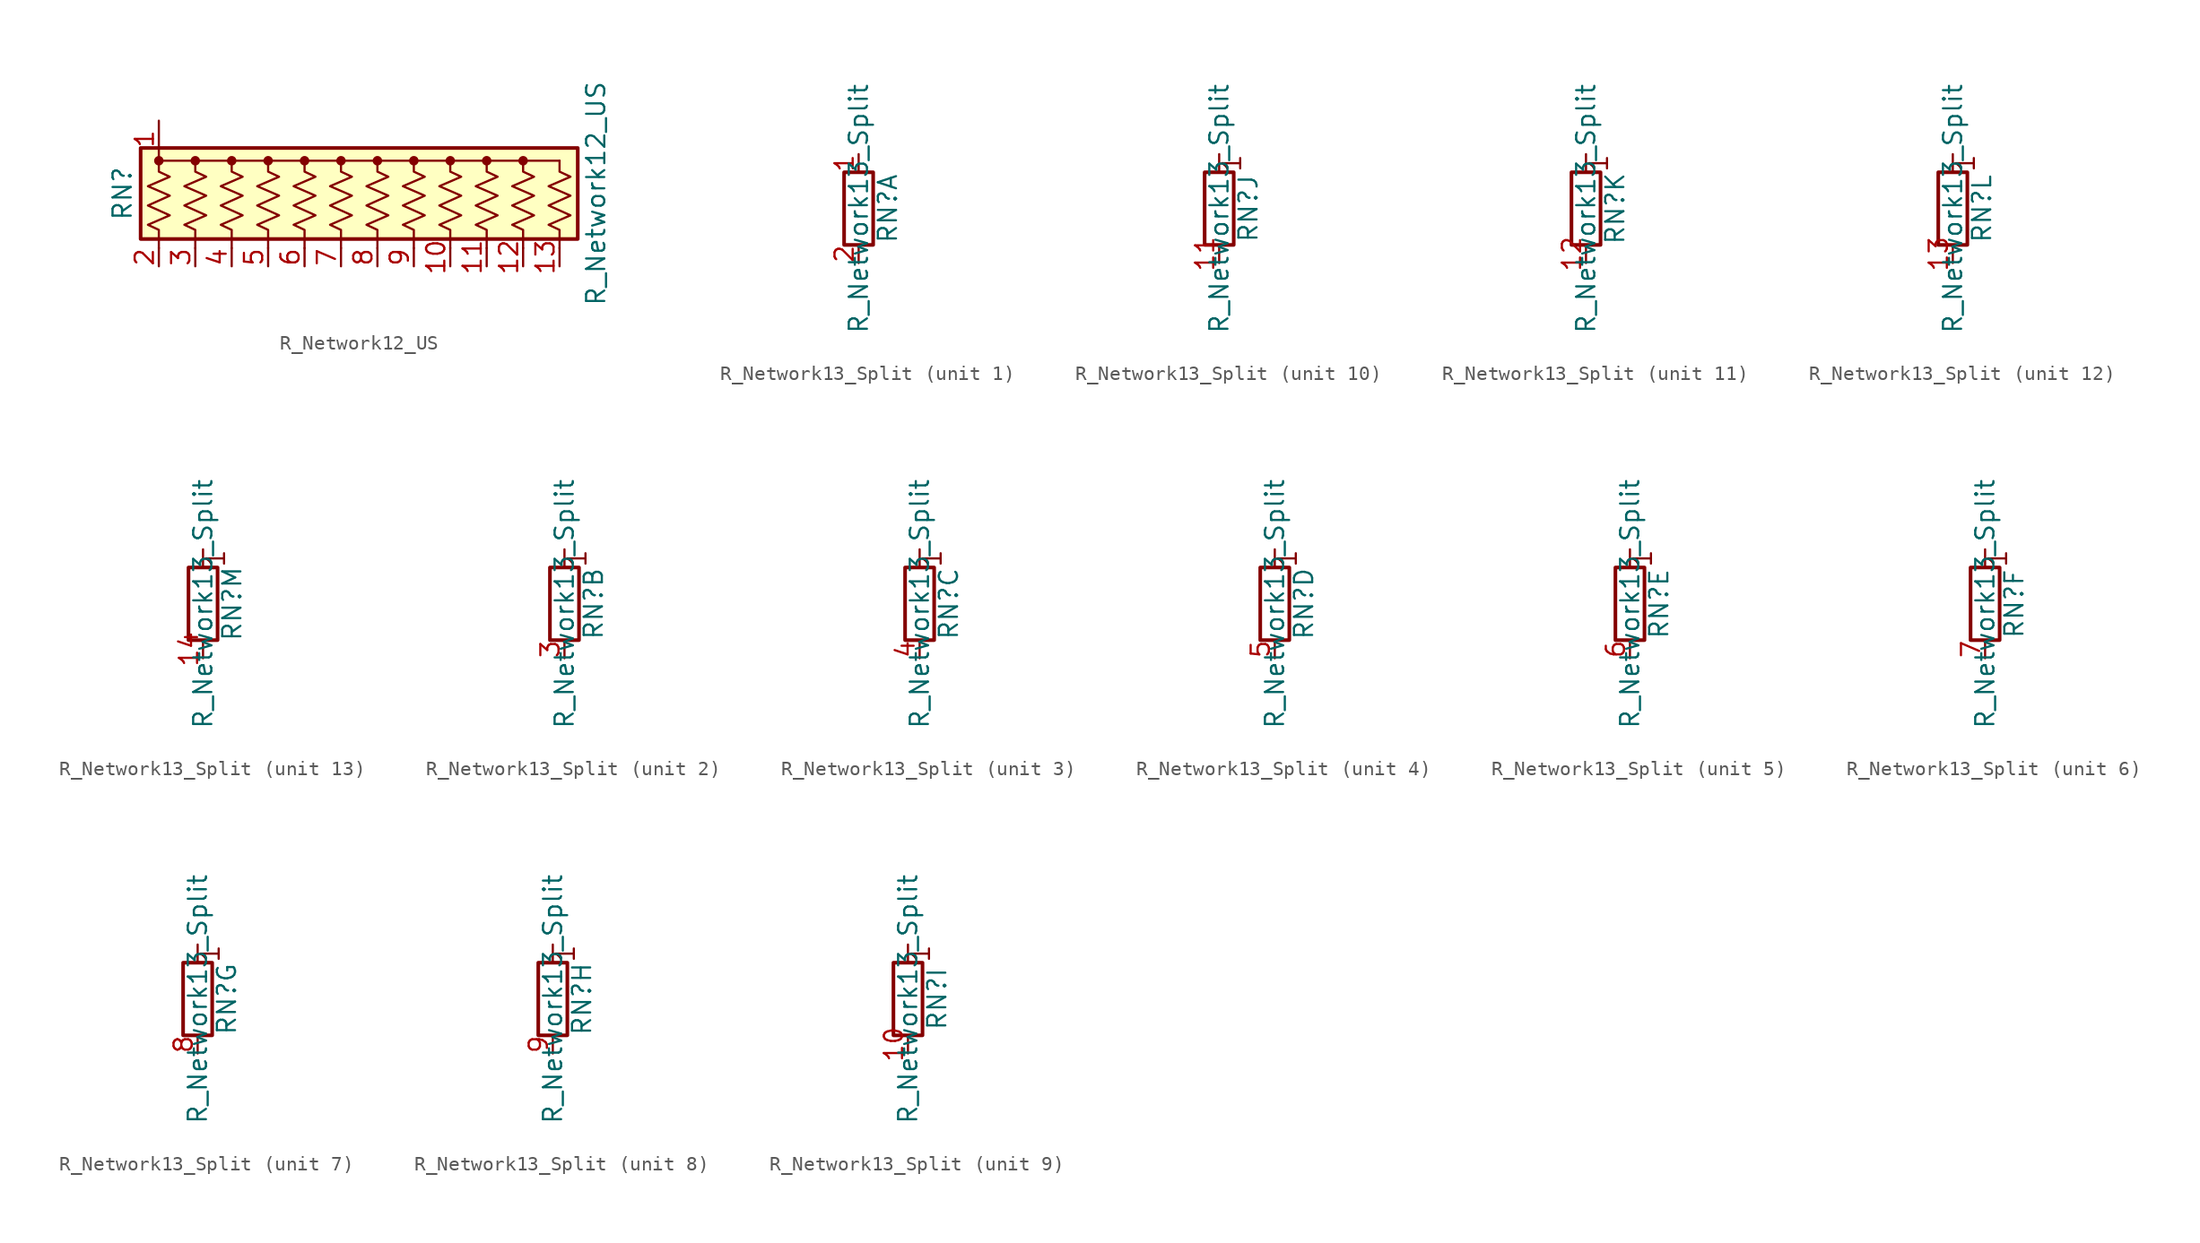
<source format=kicad_sym>
(kicad_symbol_lib
  (version 20211014)
  (generator kicad_symbol_editor)
  (symbol "R_Network12_US"
    (pin_names
      (offset 0) hide)
    (property "Reference" "RN"
      (at -17.78 0 90)
      (effects (font (size 1.27 1.27))))
    (property "Value" "R_Network12_US"
      (at 15.24 0 90)
      (effects (font (size 1.27 1.27))))
    (symbol "R_Network12_US_0_1"
      (rectangle (start -16.51 -3.175) (end 13.97 3.175) (stroke (width 0.254) (type default) (color 0 0 0 0)) (fill (type background)))
      (circle (center -15.24 2.286) (radius 0.254) (stroke (width 0) (type default) (color 0 0 0 0)) (fill (type outline)))
      (circle (center -12.7 2.286) (radius 0.254) (stroke (width 0) (type default) (color 0 0 0 0)) (fill (type outline)))
      (circle (center -10.16 2.286) (radius 0.254) (stroke (width 0) (type default) (color 0 0 0 0)) (fill (type outline)))
      (circle (center -7.62 2.286) (radius 0.254) (stroke (width 0) (type default) (color 0 0 0 0)) (fill (type outline)))
      (circle (center -5.08 2.286) (radius 0.254) (stroke (width 0) (type default) (color 0 0 0 0)) (fill (type outline)))
      (circle (center -2.54 2.286) (radius 0.254) (stroke (width 0) (type default) (color 0 0 0 0)) (fill (type outline)))
      (polyline (pts (xy -15.24 2.286) (xy 12.7 2.286)) (stroke (width 0) (type default) (color 0 0 0 0)) (fill (type none)))
      (polyline (pts (xy -15.24 2.286) (xy -15.24 1.524) (xy -14.478 1.168) (xy -16.002 0.508) (xy -14.478 -0.152) (xy -16.002 -0.838) (xy -14.478 -1.524) (xy -16.002 -2.184) (xy -15.24 -2.54) (xy -15.24 -3.81)) (stroke (width 0) (type default) (color 0 0 0 0)) (fill (type none)))
      (polyline (pts (xy -12.7 2.286) (xy -12.7 1.524) (xy -11.938 1.168) (xy -13.462 0.508) (xy -11.938 -0.152) (xy -13.462 -0.838) (xy -11.938 -1.524) (xy -13.462 -2.184) (xy -12.7 -2.54) (xy -12.7 -3.81)) (stroke (width 0) (type default) (color 0 0 0 0)) (fill (type none)))
      (polyline (pts (xy -10.16 2.286) (xy -10.16 1.524) (xy -9.398 1.168) (xy -10.922 0.508) (xy -9.398 -0.152) (xy -10.922 -0.838) (xy -9.398 -1.524) (xy -10.922 -2.184) (xy -10.16 -2.54) (xy -10.16 -3.81)) (stroke (width 0) (type default) (color 0 0 0 0)) (fill (type none)))
      (polyline (pts (xy -7.62 2.286) (xy -7.62 1.524) (xy -6.858 1.168) (xy -8.382 0.508) (xy -6.858 -0.152) (xy -8.382 -0.838) (xy -6.858 -1.524) (xy -8.382 -2.184) (xy -7.62 -2.54) (xy -7.62 -3.81)) (stroke (width 0) (type default) (color 0 0 0 0)) (fill (type none)))
      (polyline (pts (xy -5.08 2.286) (xy -5.08 1.524) (xy -4.318 1.168) (xy -5.842 0.508) (xy -4.318 -0.152) (xy -5.842 -0.838) (xy -4.318 -1.524) (xy -5.842 -2.184) (xy -5.08 -2.54) (xy -5.08 -3.81)) (stroke (width 0) (type default) (color 0 0 0 0)) (fill (type none)))
      (polyline (pts (xy -2.54 2.286) (xy -2.54 1.524) (xy -1.778 1.168) (xy -3.302 0.508) (xy -1.778 -0.152) (xy -3.302 -0.838) (xy -1.778 -1.524) (xy -3.302 -2.184) (xy -2.54 -2.54) (xy -2.54 -3.81)) (stroke (width 0) (type default) (color 0 0 0 0)) (fill (type none)))
      (polyline (pts (xy 0 2.286) (xy 0 1.524) (xy 0.762 1.168) (xy -0.762 0.508) (xy 0.762 -0.152) (xy -0.762 -0.838) (xy 0.762 -1.524) (xy -0.762 -2.184) (xy 0 -2.54) (xy 0 -3.81)) (stroke (width 0) (type default) (color 0 0 0 0)) (fill (type none)))
      (polyline (pts (xy 2.54 2.286) (xy 2.54 1.524) (xy 3.302 1.168) (xy 1.778 0.508) (xy 3.302 -0.152) (xy 1.778 -0.838) (xy 3.302 -1.524) (xy 1.778 -2.184) (xy 2.54 -2.54) (xy 2.54 -3.81)) (stroke (width 0) (type default) (color 0 0 0 0)) (fill (type none)))
      (polyline (pts (xy 5.08 2.286) (xy 5.08 1.524) (xy 5.842 1.168) (xy 4.318 0.508) (xy 5.842 -0.152) (xy 4.318 -0.838) (xy 5.842 -1.524) (xy 4.318 -2.184) (xy 5.08 -2.54) (xy 5.08 -3.81)) (stroke (width 0) (type default) (color 0 0 0 0)) (fill (type none)))
      (polyline (pts (xy 7.62 2.286) (xy 7.62 1.524) (xy 8.382 1.168) (xy 6.858 0.508) (xy 8.382 -0.152) (xy 6.858 -0.838) (xy 8.382 -1.524) (xy 6.858 -2.184) (xy 7.62 -2.54) (xy 7.62 -3.81)) (stroke (width 0) (type default) (color 0 0 0 0)) (fill (type none)))
      (polyline (pts (xy 10.16 2.286) (xy 10.16 1.524) (xy 10.922 1.168) (xy 9.398 0.508) (xy 10.922 -0.152) (xy 9.398 -0.838) (xy 10.922 -1.524) (xy 9.398 -2.184) (xy 10.16 -2.54) (xy 10.16 -3.81)) (stroke (width 0) (type default) (color 0 0 0 0)) (fill (type none)))
      (polyline (pts (xy 12.7 2.286) (xy 12.7 1.524) (xy 13.462 1.168) (xy 11.938 0.508) (xy 13.462 -0.152) (xy 11.938 -0.838) (xy 13.462 -1.524) (xy 11.938 -2.184) (xy 12.7 -2.54) (xy 12.7 -3.81)) (stroke (width 0) (type default) (color 0 0 0 0)) (fill (type none)))
      (circle (center 0 2.286) (radius 0.254) (stroke (width 0) (type default) (color 0 0 0 0)) (fill (type outline)))
      (circle (center 2.54 2.286) (radius 0.254) (stroke (width 0) (type default) (color 0 0 0 0)) (fill (type outline)))
      (circle (center 5.08 2.286) (radius 0.254) (stroke (width 0) (type default) (color 0 0 0 0)) (fill (type outline)))
      (circle (center 7.62 2.286) (radius 0.254) (stroke (width 0) (type default) (color 0 0 0 0)) (fill (type outline)))
      (circle (center 10.16 2.286) (radius 0.254) (stroke (width 0) (type default) (color 0 0 0 0)) (fill (type outline))))
    (symbol "R_Network12_US_1_1"
      (pin passive line (at -15.24 5.08 270) (length 2.54) (name "common" (effects (font (size 1.27 1.27)))) (number "1" (effects (font (size 1.27 1.27)))))
      (pin passive line (at 5.08 -5.08 90) (length 1.27) (name "R9" (effects (font (size 1.27 1.27)))) (number "10" (effects (font (size 1.27 1.27)))))
      (pin passive line (at 7.62 -5.08 90) (length 1.27) (name "R10" (effects (font (size 1.27 1.27)))) (number "11" (effects (font (size 1.27 1.27)))))
      (pin passive line (at 10.16 -5.08 90) (length 1.27) (name "R11" (effects (font (size 1.27 1.27)))) (number "12" (effects (font (size 1.27 1.27)))))
      (pin passive line (at 12.7 -5.08 90) (length 1.27) (name "R12" (effects (font (size 1.27 1.27)))) (number "13" (effects (font (size 1.27 1.27)))))
      (pin passive line (at -15.24 -5.08 90) (length 1.27) (name "R1" (effects (font (size 1.27 1.27)))) (number "2" (effects (font (size 1.27 1.27)))))
      (pin passive line (at -12.7 -5.08 90) (length 1.27) (name "R2" (effects (font (size 1.27 1.27)))) (number "3" (effects (font (size 1.27 1.27)))))
      (pin passive line (at -10.16 -5.08 90) (length 1.27) (name "R3" (effects (font (size 1.27 1.27)))) (number "4" (effects (font (size 1.27 1.27)))))
      (pin passive line (at -7.62 -5.08 90) (length 1.27) (name "R4" (effects (font (size 1.27 1.27)))) (number "5" (effects (font (size 1.27 1.27)))))
      (pin passive line (at -5.08 -5.08 90) (length 1.27) (name "R5" (effects (font (size 1.27 1.27)))) (number "6" (effects (font (size 1.27 1.27)))))
      (pin passive line (at -2.54 -5.08 90) (length 1.27) (name "R6" (effects (font (size 1.27 1.27)))) (number "7" (effects (font (size 1.27 1.27)))))
      (pin passive line (at 0 -5.08 90) (length 1.27) (name "R7" (effects (font (size 1.27 1.27)))) (number "8" (effects (font (size 1.27 1.27)))))
      (pin passive line (at 2.54 -5.08 90) (length 1.27) (name "R8" (effects (font (size 1.27 1.27)))) (number "9" (effects (font (size 1.27 1.27)))))))
  (symbol "R_Network13_Split"
    (pin_names
      (offset 0) hide)
    (property "Reference" "RN"
      (at 2.032 0 90)
      (effects (font (size 1.27 1.27))))
    (property "Value" "R_Network13_Split"
      (at 0 0 90)
      (effects (font (size 1.27 1.27))))
    (symbol "R_Network13_Split_0_1"
      (rectangle (start 1.016 2.54) (end -1.016 -2.54) (stroke (width 0.254) (type default) (color 0 0 0 0)) (fill (type none))))
    (symbol "R_Network13_Split_1_1"
      (pin passive line (at 0 3.81 270) (length 1.27) (name "R1.1" (effects (font (size 1.27 1.27)))) (number "1" (effects (font (size 1.27 1.27)))))
      (pin passive line (at 0 -3.81 90) (length 1.27) (name "R1.2" (effects (font (size 1.27 1.27)))) (number "2" (effects (font (size 1.27 1.27))))))
    (symbol "R_Network13_Split_2_1"
      (polyline (pts (xy 0 2.54) (xy 0 3.81)) (stroke (width 0) (type default) (color 0 0 0 0)) (fill (type none)))
      (text "1" (at 0.889 3.175 900) (effects (font (size 1.27 1.27))))
      (pin passive line (at 0 -3.81 90) (length 1.27) (name "R2.2" (effects (font (size 1.27 1.27)))) (number "3" (effects (font (size 1.27 1.27))))))
    (symbol "R_Network13_Split_3_1"
      (polyline (pts (xy 0 2.54) (xy 0 3.81)) (stroke (width 0) (type default) (color 0 0 0 0)) (fill (type none)))
      (text "1" (at 0.889 3.175 900) (effects (font (size 1.27 1.27))))
      (pin passive line (at 0 -3.81 90) (length 1.27) (name "R3.2" (effects (font (size 1.27 1.27)))) (number "4" (effects (font (size 1.27 1.27))))))
    (symbol "R_Network13_Split_4_1"
      (polyline (pts (xy 0 2.54) (xy 0 3.81)) (stroke (width 0) (type default) (color 0 0 0 0)) (fill (type none)))
      (text "1" (at 0.889 3.175 900) (effects (font (size 1.27 1.27))))
      (pin passive line (at 0 -3.81 90) (length 1.27) (name "R4.2" (effects (font (size 1.27 1.27)))) (number "5" (effects (font (size 1.27 1.27))))))
    (symbol "R_Network13_Split_5_1"
      (polyline (pts (xy 0 2.54) (xy 0 3.81)) (stroke (width 0) (type default) (color 0 0 0 0)) (fill (type none)))
      (text "1" (at 0.889 3.175 900) (effects (font (size 1.27 1.27))))
      (pin passive line (at 0 -3.81 90) (length 1.27) (name "R5.2" (effects (font (size 1.27 1.27)))) (number "6" (effects (font (size 1.27 1.27))))))
    (symbol "R_Network13_Split_6_1"
      (polyline (pts (xy 0 2.54) (xy 0 3.81)) (stroke (width 0) (type default) (color 0 0 0 0)) (fill (type none)))
      (text "1" (at 0.889 3.175 900) (effects (font (size 1.27 1.27))))
      (pin passive line (at 0 -3.81 90) (length 1.27) (name "R6.2" (effects (font (size 1.27 1.27)))) (number "7" (effects (font (size 1.27 1.27))))))
    (symbol "R_Network13_Split_7_1"
      (polyline (pts (xy 0 2.54) (xy 0 3.81)) (stroke (width 0) (type default) (color 0 0 0 0)) (fill (type none)))
      (text "1" (at 0.889 3.175 900) (effects (font (size 1.27 1.27))))
      (pin passive line (at 0 -3.81 90) (length 1.27) (name "R7.2" (effects (font (size 1.27 1.27)))) (number "8" (effects (font (size 1.27 1.27))))))
    (symbol "R_Network13_Split_8_1"
      (polyline (pts (xy 0 2.54) (xy 0 3.81)) (stroke (width 0) (type default) (color 0 0 0 0)) (fill (type none)))
      (text "1" (at 0.889 3.175 900) (effects (font (size 1.27 1.27))))
      (pin passive line (at 0 -3.81 90) (length 1.27) (name "R8.2" (effects (font (size 1.27 1.27)))) (number "9" (effects (font (size 1.27 1.27))))))
    (symbol "R_Network13_Split_9_1"
      (polyline (pts (xy 0 2.54) (xy 0 3.81)) (stroke (width 0) (type default) (color 0 0 0 0)) (fill (type none)))
      (text "1" (at 0.889 3.175 900) (effects (font (size 1.27 1.27))))
      (pin passive line (at 0 -3.81 90) (length 1.27) (name "R9.2" (effects (font (size 1.27 1.27)))) (number "10" (effects (font (size 1.27 1.27))))))
    (symbol "R_Network13_Split_10_1"
      (polyline (pts (xy 0 2.54) (xy 0 3.81)) (stroke (width 0) (type default) (color 0 0 0 0)) (fill (type none)))
      (text "1" (at 0.889 3.175 900) (effects (font (size 1.27 1.27))))
      (pin passive line (at 0 -3.81 90) (length 1.27) (name "R10.2" (effects (font (size 1.27 1.27)))) (number "11" (effects (font (size 1.27 1.27))))))
    (symbol "R_Network13_Split_11_1"
      (polyline (pts (xy 0 2.54) (xy 0 3.81)) (stroke (width 0) (type default) (color 0 0 0 0)) (fill (type none)))
      (text "1" (at 0.889 3.175 900) (effects (font (size 1.27 1.27))))
      (pin passive line (at 0 -3.81 90) (length 1.27) (name "R11.2" (effects (font (size 1.27 1.27)))) (number "12" (effects (font (size 1.27 1.27))))))
    (symbol "R_Network13_Split_12_1"
      (polyline (pts (xy 0 2.54) (xy 0 3.81)) (stroke (width 0) (type default) (color 0 0 0 0)) (fill (type none)))
      (text "1" (at 0.889 3.175 900) (effects (font (size 1.27 1.27))))
      (pin passive line (at 0 -3.81 90) (length 1.27) (name "R12.2" (effects (font (size 1.27 1.27)))) (number "13" (effects (font (size 1.27 1.27))))))
    (symbol "R_Network13_Split_13_1"
      (polyline (pts (xy 0 2.54) (xy 0 3.81)) (stroke (width 0) (type default) (color 0 0 0 0)) (fill (type none)))
      (text "1" (at 0.889 3.175 900) (effects (font (size 1.27 1.27))))
      (pin passive line (at 0 -3.81 90) (length 1.27) (name "R13.2" (effects (font (size 1.27 1.27)))) (number "14" (effects (font (size 1.27 1.27))))))))
</source>
